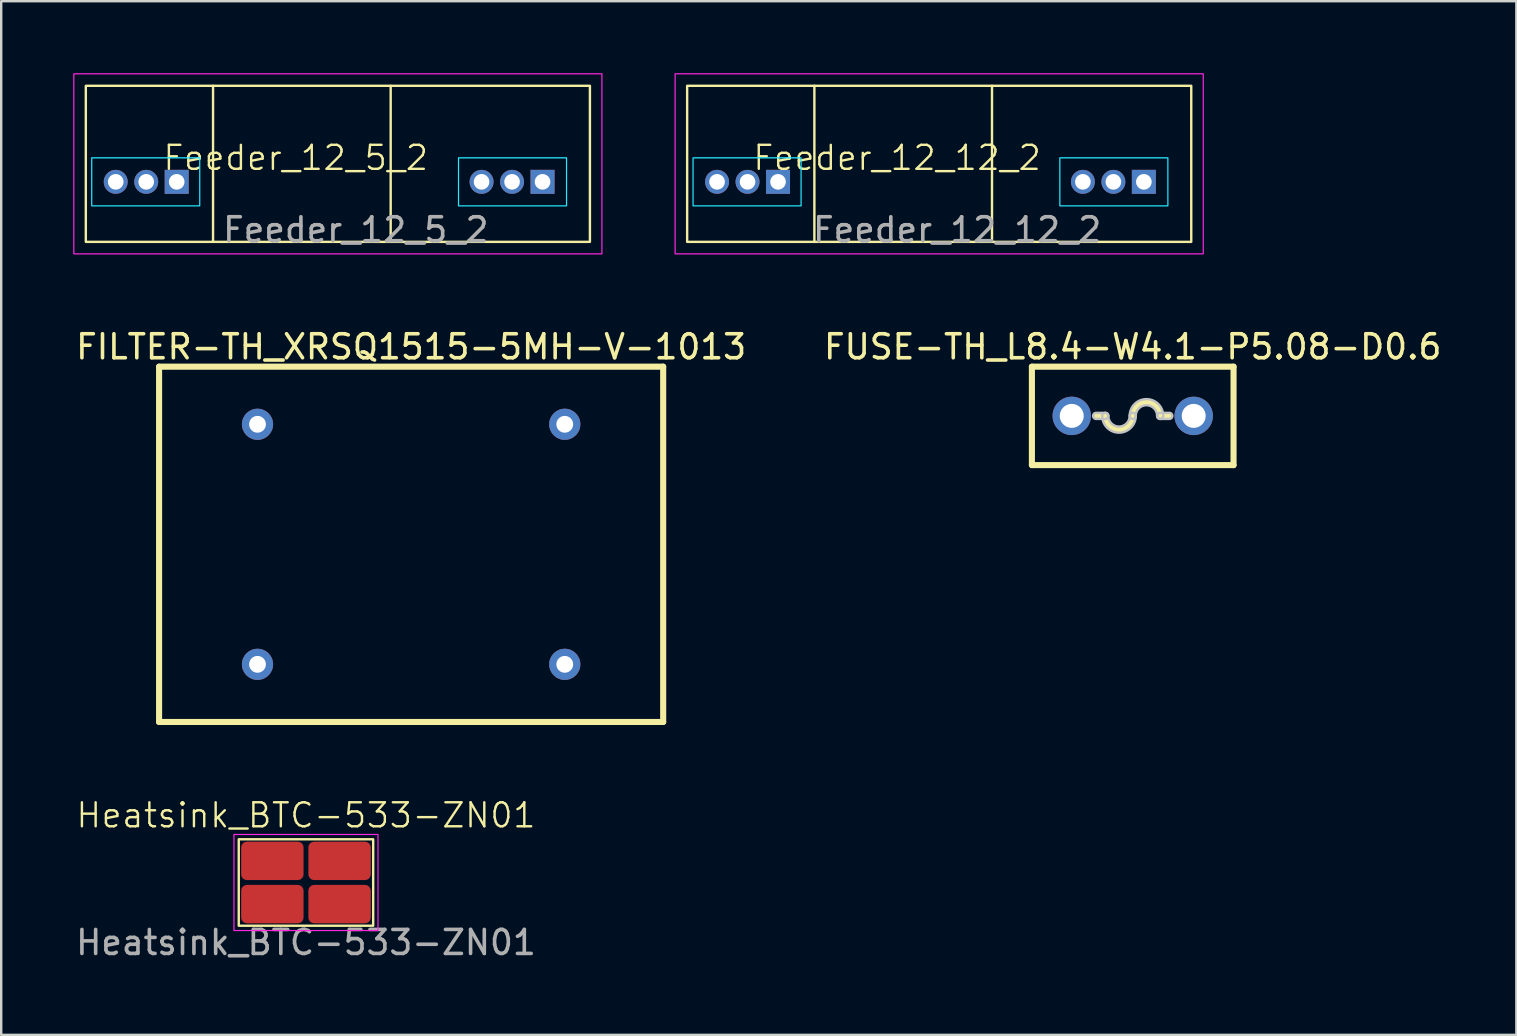
<source format=kicad_pcb>
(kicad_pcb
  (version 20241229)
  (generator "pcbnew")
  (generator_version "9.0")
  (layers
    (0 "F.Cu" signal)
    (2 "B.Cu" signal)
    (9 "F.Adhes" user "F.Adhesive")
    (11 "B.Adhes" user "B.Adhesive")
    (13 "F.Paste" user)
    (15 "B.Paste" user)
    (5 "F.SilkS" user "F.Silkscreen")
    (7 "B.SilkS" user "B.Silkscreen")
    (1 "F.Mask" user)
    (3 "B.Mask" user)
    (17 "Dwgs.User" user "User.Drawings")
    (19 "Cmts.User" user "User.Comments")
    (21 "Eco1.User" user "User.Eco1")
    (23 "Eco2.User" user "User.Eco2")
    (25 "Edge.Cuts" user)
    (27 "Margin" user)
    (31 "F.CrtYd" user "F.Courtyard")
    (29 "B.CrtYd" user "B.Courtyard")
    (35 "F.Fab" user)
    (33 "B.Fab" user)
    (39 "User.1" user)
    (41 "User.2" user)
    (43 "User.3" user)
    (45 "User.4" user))
  (footprint "FUSE-TH_L8.4-W4.1-P5.08-D0.6"
    (layer "F.Cu")
    (at 44.137 14.275)
    (property "Reference" "FUSE-TH_L8.4-W4.1-P5.08-D0.6" (at 0 -2.877 0) (layer "F.SilkS") (effects (font (size 1 1) (thickness 0.15))))
    (fp_line (start -4.2 -2.05) (end -4.2 2.05) (stroke (width 0.254) (type default)) (layer "F.SilkS"))
    (fp_line (start -4.2 -2.05) (end 4.2 -2.05) (stroke (width 0.254) (type default)) (layer "F.SilkS"))
    (fp_line (start -4.2 2.05) (end 4.2 2.05) (stroke (width 0.254) (type default)) (layer "F.SilkS"))
    (fp_line (start -1.524 0) (end -1.143 0) (stroke (width 0.254) (type default)) (layer "F.SilkS"))
    (fp_line (start 1.524 0) (end 1.143 0) (stroke (width 0.254) (type default)) (layer "F.SilkS"))
    (fp_line (start 4.2 -2.05) (end 4.2 2.05) (stroke (width 0.254) (type default)) (layer "F.SilkS"))
    (fp_arc (start 0 0) (mid -0.5715 0.5715) (end -1.143 0) (stroke (width 0.254) (type default)) (layer "F.SilkS"))
    (fp_arc (start 0 0) (mid 0.5715 -0.5715) (end 1.143 0) (stroke (width 0.254) (type default)) (layer "F.SilkS"))
    (fp_poly (pts (arc (start -1.524 0.127) (mid -1.651 0) (end -1.524 -0.127)) (arc (start -1.143 -0.127) (mid -1.016 0) (end -1.143 0.127))) (stroke (width 0.1) (type default)) (fill no) (layer "Dwgs.User"))
    (fp_poly (pts (arc (start 1.524 -0.127) (mid 1.651 0) (end 1.524 0.127)) (arc (start 1.143 0.127) (mid 1.016 0) (end 1.143 -0.127))) (stroke (width 0.1) (type default)) (fill no) (layer "Dwgs.User"))
    (fp_poly (pts (arc (start -1.016 0) (mid -0.5715 0.4445) (end -0.127 0)) (arc (start -0.127 0) (mid 0 -0.127) (end 0.127 0)) (arc (start 0.127 0) (mid -0.5715 0.6985) (end -1.27 0)) (arc (start -1.27 0) (mid -1.143 -0.127) (end -1.016 0))) (stroke (width 0.1) (type default)) (fill no) (layer "Dwgs.User"))
    (fp_poly (pts (arc (start 1.016 0) (mid 0.5715 -0.4445) (end 0.127 0)) (arc (start 0.127 0) (mid 0 0.127) (end -0.127 0)) (arc (start -0.127 0) (mid 0.5715 -0.6985) (end 1.27 0)) (arc (start 1.27 0) (mid 1.143 0.127) (end 1.016 0))) (stroke (width 0.1) (type default)) (fill no) (layer "Dwgs.User"))
    (fp_poly (pts (xy -2.243 -0.039) (xy -2.263 -0.115) (xy -2.302 -0.183) (xy -2.357 -0.238) (xy -2.425 -0.277) (xy -2.501 -0.297) (xy -2.579 -0.297) (xy -2.655 -0.277) (xy -2.723 -0.238) (xy -2.778 -0.183) (xy -2.817 -0.115) (xy -2.837 -0.039) (xy -2.837 0.039) (xy -2.817 0.115) (xy -2.778 0.183) (xy -2.723 0.238) (xy -2.655 0.277) (xy -2.579 0.297) (xy -2.501 0.297) (xy -2.425 0.277) (xy -2.357 0.238) (xy -2.302 0.183) (xy -2.263 0.115) (xy -2.243 0.039)) (stroke (width 0.1) (type default)) (fill no) (layer "User.1"))
    (fp_poly (pts (xy 2.837 -0.039) (xy 2.817 -0.115) (xy 2.778 -0.183) (xy 2.723 -0.238) (xy 2.655 -0.277) (xy 2.579 -0.297) (xy 2.501 -0.297) (xy 2.425 -0.277) (xy 2.357 -0.238) (xy 2.302 -0.183) (xy 2.263 -0.115) (xy 2.243 -0.039) (xy 2.243 0.039) (xy 2.263 0.115) (xy 2.302 0.183) (xy 2.357 0.238) (xy 2.425 0.277) (xy 2.501 0.297) (xy 2.579 0.297) (xy 2.655 0.277) (xy 2.723 0.238) (xy 2.778 0.183) (xy 2.817 0.115) (xy 2.837 0.039)) (stroke (width 0.1) (type default)) (fill no) (layer "User.1"))
    (fp_line (start -4.2 -2.05) (end 4.2 -2.05) (stroke (width 0.051) (type default)) (layer "User.2"))
    (fp_line (start -4.2 2.05) (end -4.2 -2.05) (stroke (width 0.051) (type default)) (layer "User.2"))
    (fp_line (start 4.2 -2.05) (end 4.2 2.05) (stroke (width 0.051) (type default)) (layer "User.2"))
    (fp_line (start 4.2 2.05) (end -4.2 2.05) (stroke (width 0.051) (type default)) (layer "User.2"))
    (fp_poly (pts (xy -4.145 2.027) (xy -4.177 1.995) (xy -4.223 1.995) (xy -4.255 2.027) (xy -4.255 2.073) (xy -4.223 2.105) (xy -4.177 2.105) (xy -4.145 2.073)) (stroke (width 0.1) (type default)) (fill no) (layer "User.3"))
    (pad "1" thru_hole circle (at -2.54 0) (size 1.6 1.6) (drill 1) (layers "*.Cu" "*.Mask"))
    (pad "2" thru_hole circle (at 2.54 0) (size 1.6 1.6) (drill 1) (layers "*.Cu" "*.Mask")))
  (footprint "Feeder_12_12_2"
    (layer "F.Cu")
    (at 26.821 4.525)
    (property "Reference" "Feeder_12_12_2" (at 7.5 -1 0) (unlocked yes) (layer "F.SilkS") (effects (font (size 1 1) (thickness 0.1))))
    (attr through_hole)
    (fp_line (start 4.054 -4) (end 4.054 2.5) (stroke (width 0.1) (type default)) (layer "F.SilkS"))
    (fp_line (start 11.454 -4) (end 11.454 2.5) (stroke (width 0.1) (type default)) (layer "F.SilkS"))
    (fp_rect (start -1.246 -4) (end 19.754 2.5) (stroke (width 0.1) (type default)) (fill no) (layer "F.SilkS"))
    (fp_rect (start -1 -1) (end 3.5 1) (stroke (width 0.05) (type default)) (fill no) (layer "B.CrtYd"))
    (fp_rect (start 14.28 -1) (end 18.78 1) (stroke (width 0.05) (type default)) (fill no) (layer "B.CrtYd"))
    (fp_rect (start -1.746 -4.5) (end 20.254 3) (stroke (width 0.05) (type default)) (fill no) (layer "F.CrtYd"))
    (fp_text user "${REFERENCE}" (at 10 2 0) (unlocked yes) (layer "F.Fab") (effects (font (size 1 1) (thickness 0.15))))
    (pad "1" thru_hole oval (at 0 0 270) (size 1 1) (drill 0.65) (layers "*.Cu" "*.Mask"))
    (pad "2" thru_hole oval (at 1.27 0 270) (size 1 1) (drill 0.65) (layers "*.Cu" "*.Mask"))
    (pad "3" thru_hole rect (at 2.54 0 270) (size 1 1) (drill 0.65) (layers "*.Cu" "*.Mask"))
    (pad "4" thru_hole oval (at 15.24 0 270) (size 1 1) (drill 0.65) (layers "*.Cu" "*.Mask"))
    (pad "5" thru_hole oval (at 16.51 0 270) (size 1 1) (drill 0.65) (layers "*.Cu" "*.Mask"))
    (pad "6" thru_hole rect (at 17.78 0 270) (size 1 1) (drill 0.65) (layers "*.Cu" "*.Mask")))
  (footprint "Feeder_12_5_2"
    (layer "F.Cu")
    (at 1.771 4.525)
    (property "Reference" "Feeder_12_5_2" (at 7.5 -1 0) (unlocked yes) (layer "F.SilkS") (effects (font (size 1 1) (thickness 0.1))))
    (attr through_hole)
    (fp_line (start 4.054 -4) (end 4.054 2.5) (stroke (width 0.1) (type default)) (layer "F.SilkS"))
    (fp_line (start 11.454 -4) (end 11.454 2.5) (stroke (width 0.1) (type default)) (layer "F.SilkS"))
    (fp_rect (start -1.246 -4) (end 19.754 2.5) (stroke (width 0.1) (type default)) (fill no) (layer "F.SilkS"))
    (fp_rect (start -1 -1) (end 3.5 1) (stroke (width 0.05) (type default)) (fill no) (layer "B.CrtYd"))
    (fp_rect (start 14.28 -1) (end 18.78 1) (stroke (width 0.05) (type default)) (fill no) (layer "B.CrtYd"))
    (fp_rect (start -1.746 -4.5) (end 20.254 3) (stroke (width 0.05) (type default)) (fill no) (layer "F.CrtYd"))
    (fp_text user "${REFERENCE}" (at 10 2 0) (unlocked yes) (layer "F.Fab") (effects (font (size 1 1) (thickness 0.15))))
    (pad "1" thru_hole oval (at 0 0 270) (size 1 1) (drill 0.65) (layers "*.Cu" "*.Mask"))
    (pad "2" thru_hole oval (at 1.27 0 270) (size 1 1) (drill 0.65) (layers "*.Cu" "*.Mask"))
    (pad "3" thru_hole rect (at 2.54 0 270) (size 1 1) (drill 0.65) (layers "*.Cu" "*.Mask"))
    (pad "4" thru_hole oval (at 15.24 0 270) (size 1 1) (drill 0.65) (layers "*.Cu" "*.Mask"))
    (pad "5" thru_hole oval (at 16.51 0 270) (size 1 1) (drill 0.65) (layers "*.Cu" "*.Mask"))
    (pad "6" thru_hole rect (at 17.78 0 270) (size 1 1) (drill 0.65) (layers "*.Cu" "*.Mask")))
  (footprint "Heatsink_BTC-533-ZN01"
    (layer "F.Cu")
    (at 9.696 33.713)
    (property "Reference" "Heatsink_BTC-533-ZN01" (at 0 -2.8 0) (unlocked yes) (layer "F.SilkS") (effects (font (size 1 1) (thickness 0.1))))
    (attr smd)
    (fp_rect (start -2.8 -1.8) (end 2.8 1.8) (stroke (width 0.1) (type default)) (fill no) (layer "F.SilkS"))
    (fp_rect (start -3 -2) (end 3 2) (stroke (width 0.05) (type solid)) (fill no) (layer "F.CrtYd"))
    (fp_text user "${REFERENCE}" (at 0 2.5 0) (unlocked yes) (layer "F.Fab") (effects (font (size 1 1) (thickness 0.15))))
    (pad "1" smd roundrect (at -1.4 -0.9) (size 2.6 1.6) (layers "F.Cu" "F.Mask" "F.Paste") (roundrect_rratio 0.15))
    (pad "1" smd roundrect (at -1.4 0.9) (size 2.6 1.6) (layers "F.Cu" "F.Mask" "F.Paste") (roundrect_rratio 0.15))
    (pad "1" smd roundrect (at 1.4 -0.9) (size 2.6 1.6) (layers "F.Cu" "F.Mask" "F.Paste") (roundrect_rratio 0.15))
    (pad "1" smd roundrect (at 1.4 0.9) (size 2.6 1.6) (layers "F.Cu" "F.Mask" "F.Paste") (roundrect_rratio 0.15)))
  (footprint "FILTER-TH_XRSQ1515-5MH-V-1013"
    (layer "F.Cu")
    (at 14.077 19.625)
    (property "Reference" "FILTER-TH_XRSQ1515-5MH-V-1013" (at 0 -8.227 0) (layer "F.SilkS") (effects (font (size 1 1) (thickness 0.15))))
    (fp_line (start -10.5 -7.4) (end -10.5 7.4) (stroke (width 0.254) (type default)) (layer "F.SilkS"))
    (fp_line (start -10.5 -7.4) (end 10.5 -7.4) (stroke (width 0.254) (type default)) (layer "F.SilkS"))
    (fp_line (start -10.5 7.4) (end 10.5 7.4) (stroke (width 0.254) (type default)) (layer "F.SilkS"))
    (fp_line (start 10.5 -7.4) (end 10.5 7.4) (stroke (width 0.254) (type default)) (layer "F.SilkS"))
    (pad "1" thru_hole circle (at -6.4 -5) (size 1.3 1.3) (drill 0.7) (layers "*.Cu" "*.Mask"))
    (pad "2" thru_hole circle (at -6.4 5) (size 1.3 1.3) (drill 0.7) (layers "*.Cu" "*.Mask"))
    (pad "3" thru_hole circle (at 6.4 5) (size 1.3 1.3) (drill 0.7) (layers "*.Cu" "*.Mask"))
    (pad "4" thru_hole circle (at 6.4 -5) (size 1.3 1.3) (drill 0.7) (layers "*.Cu" "*.Mask")))
  (gr_rect
    (start -3 -3)
    (end 60.119 40.061)
    (stroke (width 0.1) (type default))
    (fill no)
    (layer "Edge.Cuts")))
</source>
